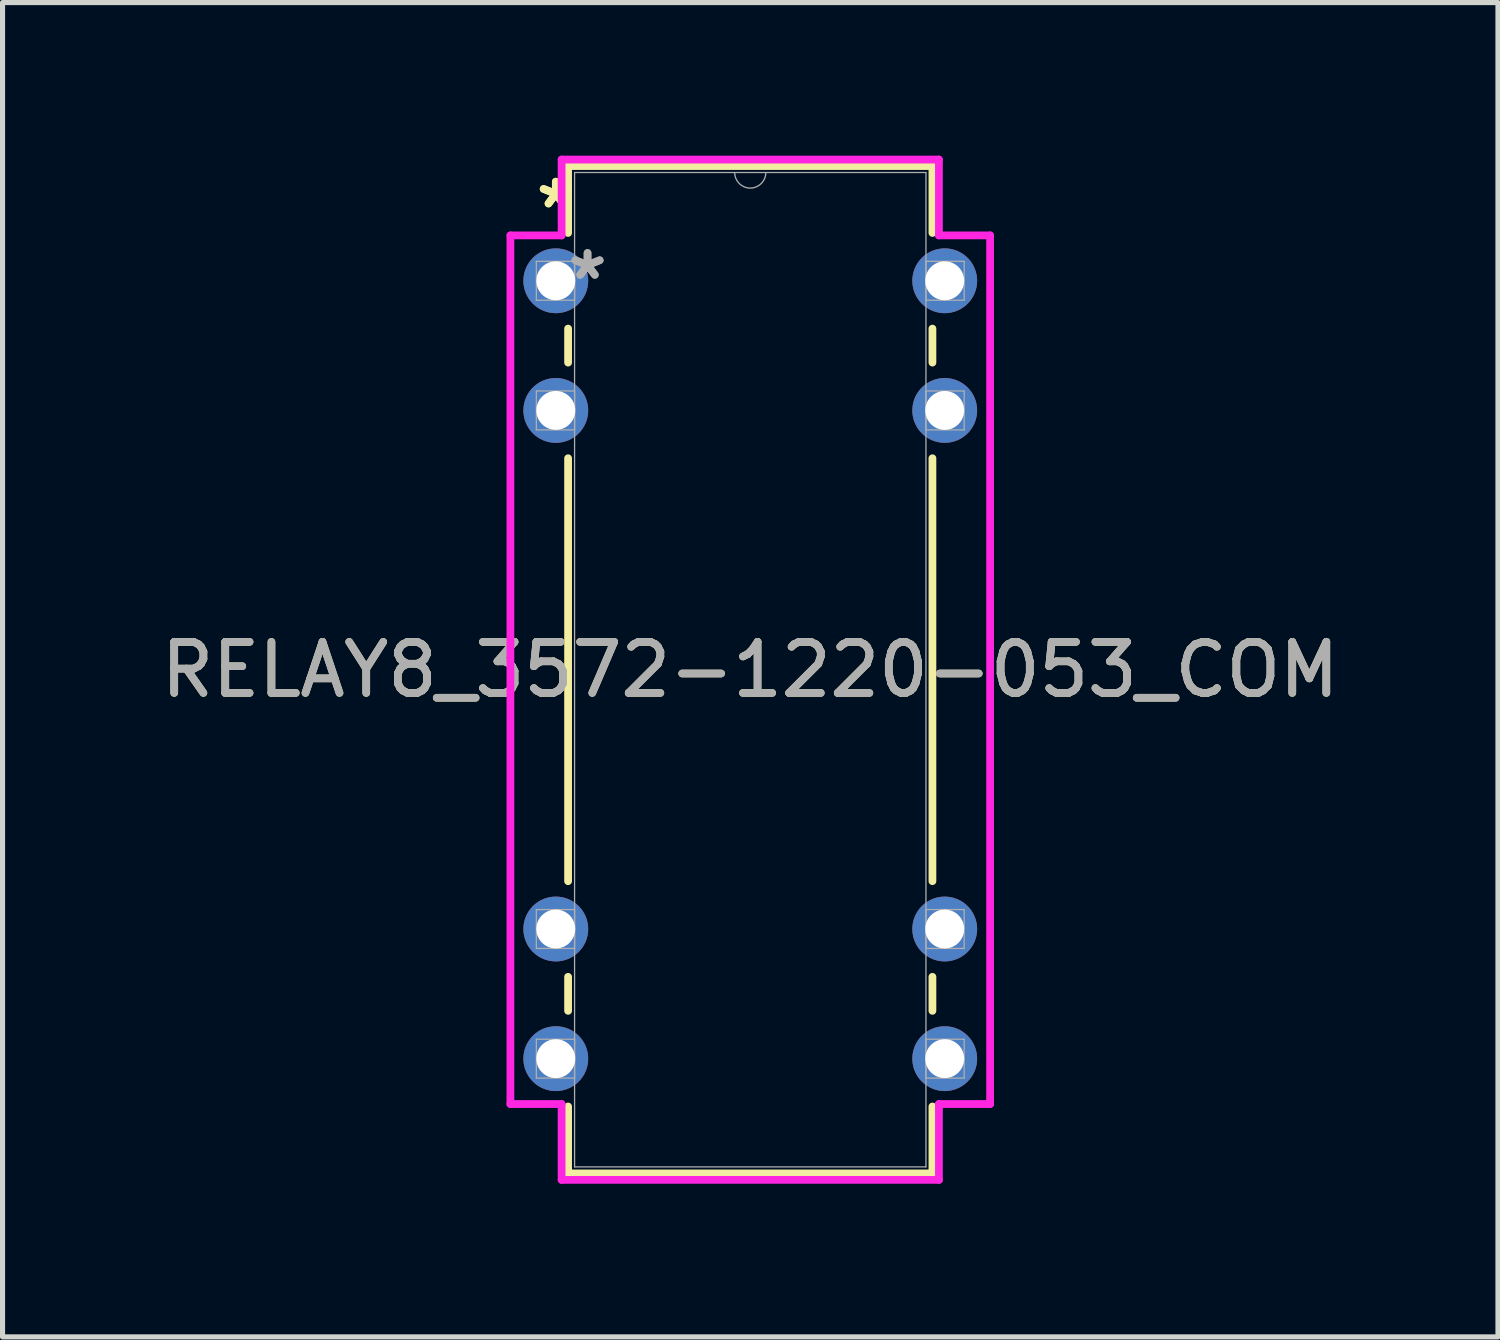
<source format=kicad_pcb>
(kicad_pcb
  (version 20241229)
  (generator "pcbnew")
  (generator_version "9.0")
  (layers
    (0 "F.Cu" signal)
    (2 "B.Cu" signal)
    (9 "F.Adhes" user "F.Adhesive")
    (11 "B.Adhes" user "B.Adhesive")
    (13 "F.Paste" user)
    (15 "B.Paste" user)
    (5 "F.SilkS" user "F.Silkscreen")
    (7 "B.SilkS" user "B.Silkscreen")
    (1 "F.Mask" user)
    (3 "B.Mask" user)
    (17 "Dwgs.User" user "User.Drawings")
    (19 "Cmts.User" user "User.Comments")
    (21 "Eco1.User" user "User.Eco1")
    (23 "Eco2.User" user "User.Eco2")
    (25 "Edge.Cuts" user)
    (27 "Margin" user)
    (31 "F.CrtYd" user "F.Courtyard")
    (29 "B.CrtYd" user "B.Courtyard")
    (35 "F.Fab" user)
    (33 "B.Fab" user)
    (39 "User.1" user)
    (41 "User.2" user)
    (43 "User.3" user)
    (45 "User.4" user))
  (footprint "RELAY8_3572-1220-053_COM"
    (layer "F.Cu")
    (at 7.839 2.451)
    (property "Reference" "RELAY8_3572-1220-053_COM" (at 3.81 7.62 0) (unlocked yes) (layer "F.SilkS") (effects (font (size 1 1) (thickness 0.15))))
    (attr through_hole)
    (fp_line (start 0.241 -2.248) (end 0.241 -0.937) (stroke (width 0.152) (type solid)) (layer "F.SilkS"))
    (fp_line (start 0.241 0.937) (end 0.241 1.603) (stroke (width 0.152) (type solid)) (layer "F.SilkS"))
    (fp_line (start 0.241 3.477) (end 0.241 11.763) (stroke (width 0.152) (type solid)) (layer "F.SilkS"))
    (fp_line (start 0.241 13.637) (end 0.241 14.303) (stroke (width 0.152) (type solid)) (layer "F.SilkS"))
    (fp_line (start 0.241 16.177) (end 0.241 17.488) (stroke (width 0.152) (type solid)) (layer "F.SilkS"))
    (fp_line (start 0.241 17.488) (end 7.379 17.488) (stroke (width 0.152) (type solid)) (layer "F.SilkS"))
    (fp_line (start 7.379 -2.248) (end 0.241 -2.248) (stroke (width 0.152) (type solid)) (layer "F.SilkS"))
    (fp_line (start 7.379 -0.937) (end 7.379 -2.248) (stroke (width 0.152) (type solid)) (layer "F.SilkS"))
    (fp_line (start 7.379 1.603) (end 7.379 0.937) (stroke (width 0.152) (type solid)) (layer "F.SilkS"))
    (fp_line (start 7.379 11.763) (end 7.379 3.477) (stroke (width 0.152) (type solid)) (layer "F.SilkS"))
    (fp_line (start 7.379 14.303) (end 7.379 13.637) (stroke (width 0.152) (type solid)) (layer "F.SilkS"))
    (fp_line (start 7.379 17.488) (end 7.379 16.177) (stroke (width 0.152) (type solid)) (layer "F.SilkS"))
    (fp_line (start -0.889 -0.889) (end 0.114 -0.889) (stroke (width 0.152) (type solid)) (layer "F.CrtYd"))
    (fp_line (start -0.889 16.129) (end -0.889 -0.889) (stroke (width 0.152) (type solid)) (layer "F.CrtYd"))
    (fp_line (start 0.114 -2.375) (end 7.506 -2.375) (stroke (width 0.152) (type solid)) (layer "F.CrtYd"))
    (fp_line (start 0.114 -0.889) (end 0.114 -2.375) (stroke (width 0.152) (type solid)) (layer "F.CrtYd"))
    (fp_line (start 0.114 16.129) (end -0.889 16.129) (stroke (width 0.152) (type solid)) (layer "F.CrtYd"))
    (fp_line (start 0.114 17.615) (end 0.114 16.129) (stroke (width 0.152) (type solid)) (layer "F.CrtYd"))
    (fp_line (start 7.506 -2.375) (end 7.506 -0.889) (stroke (width 0.152) (type solid)) (layer "F.CrtYd"))
    (fp_line (start 7.506 16.129) (end 7.506 17.615) (stroke (width 0.152) (type solid)) (layer "F.CrtYd"))
    (fp_line (start 7.506 17.615) (end 0.114 17.615) (stroke (width 0.152) (type solid)) (layer "F.CrtYd"))
    (fp_line (start 8.509 -0.889) (end 7.506 -0.889) (stroke (width 0.152) (type solid)) (layer "F.CrtYd"))
    (fp_line (start 8.509 -0.889) (end 8.509 16.129) (stroke (width 0.152) (type solid)) (layer "F.CrtYd"))
    (fp_line (start 8.509 16.129) (end 7.506 16.129) (stroke (width 0.152) (type solid)) (layer "F.CrtYd"))
    (fp_line (start -0.381 -0.381) (end -0.381 0.381) (stroke (width 0.025) (type solid)) (layer "F.Fab"))
    (fp_line (start -0.381 0.381) (end 0.368 0.381) (stroke (width 0.025) (type solid)) (layer "F.Fab"))
    (fp_line (start -0.381 2.159) (end -0.381 2.921) (stroke (width 0.025) (type solid)) (layer "F.Fab"))
    (fp_line (start -0.381 2.921) (end 0.368 2.921) (stroke (width 0.025) (type solid)) (layer "F.Fab"))
    (fp_line (start -0.381 12.319) (end -0.381 13.081) (stroke (width 0.025) (type solid)) (layer "F.Fab"))
    (fp_line (start -0.381 13.081) (end 0.368 13.081) (stroke (width 0.025) (type solid)) (layer "F.Fab"))
    (fp_line (start -0.381 14.859) (end -0.381 15.621) (stroke (width 0.025) (type solid)) (layer "F.Fab"))
    (fp_line (start -0.381 15.621) (end 0.368 15.621) (stroke (width 0.025) (type solid)) (layer "F.Fab"))
    (fp_line (start 0.368 -2.121) (end 0.368 17.361) (stroke (width 0.025) (type solid)) (layer "F.Fab"))
    (fp_line (start 0.368 -0.381) (end -0.381 -0.381) (stroke (width 0.025) (type solid)) (layer "F.Fab"))
    (fp_line (start 0.368 0.381) (end 0.368 -0.381) (stroke (width 0.025) (type solid)) (layer "F.Fab"))
    (fp_line (start 0.368 2.159) (end -0.381 2.159) (stroke (width 0.025) (type solid)) (layer "F.Fab"))
    (fp_line (start 0.368 2.921) (end 0.368 2.159) (stroke (width 0.025) (type solid)) (layer "F.Fab"))
    (fp_line (start 0.368 12.319) (end -0.381 12.319) (stroke (width 0.025) (type solid)) (layer "F.Fab"))
    (fp_line (start 0.368 13.081) (end 0.368 12.319) (stroke (width 0.025) (type solid)) (layer "F.Fab"))
    (fp_line (start 0.368 14.859) (end -0.381 14.859) (stroke (width 0.025) (type solid)) (layer "F.Fab"))
    (fp_line (start 0.368 15.621) (end 0.368 14.859) (stroke (width 0.025) (type solid)) (layer "F.Fab"))
    (fp_line (start 0.368 17.361) (end 7.252 17.361) (stroke (width 0.025) (type solid)) (layer "F.Fab"))
    (fp_line (start 7.252 -2.121) (end 0.368 -2.121) (stroke (width 0.025) (type solid)) (layer "F.Fab"))
    (fp_line (start 7.252 -0.381) (end 7.252 0.381) (stroke (width 0.025) (type solid)) (layer "F.Fab"))
    (fp_line (start 7.252 0.381) (end 8.001 0.381) (stroke (width 0.025) (type solid)) (layer "F.Fab"))
    (fp_line (start 7.252 2.159) (end 7.252 2.921) (stroke (width 0.025) (type solid)) (layer "F.Fab"))
    (fp_line (start 7.252 2.921) (end 8.001 2.921) (stroke (width 0.025) (type solid)) (layer "F.Fab"))
    (fp_line (start 7.252 12.319) (end 7.252 13.081) (stroke (width 0.025) (type solid)) (layer "F.Fab"))
    (fp_line (start 7.252 13.081) (end 8.001 13.081) (stroke (width 0.025) (type solid)) (layer "F.Fab"))
    (fp_line (start 7.252 14.859) (end 7.252 15.621) (stroke (width 0.025) (type solid)) (layer "F.Fab"))
    (fp_line (start 7.252 15.621) (end 8.001 15.621) (stroke (width 0.025) (type solid)) (layer "F.Fab"))
    (fp_line (start 7.252 17.361) (end 7.252 -2.121) (stroke (width 0.025) (type solid)) (layer "F.Fab"))
    (fp_line (start 8.001 -0.381) (end 7.252 -0.381) (stroke (width 0.025) (type solid)) (layer "F.Fab"))
    (fp_line (start 8.001 0.381) (end 8.001 -0.381) (stroke (width 0.025) (type solid)) (layer "F.Fab"))
    (fp_line (start 8.001 2.159) (end 7.252 2.159) (stroke (width 0.025) (type solid)) (layer "F.Fab"))
    (fp_line (start 8.001 2.921) (end 8.001 2.159) (stroke (width 0.025) (type solid)) (layer "F.Fab"))
    (fp_line (start 8.001 12.319) (end 7.252 12.319) (stroke (width 0.025) (type solid)) (layer "F.Fab"))
    (fp_line (start 8.001 13.081) (end 8.001 12.319) (stroke (width 0.025) (type solid)) (layer "F.Fab"))
    (fp_line (start 8.001 14.859) (end 7.252 14.859) (stroke (width 0.025) (type solid)) (layer "F.Fab"))
    (fp_line (start 8.001 15.621) (end 8.001 14.859) (stroke (width 0.025) (type solid)) (layer "F.Fab"))
    (fp_arc (start 4.1148 -2.1209) (mid 3.81 -1.8161) (end 3.5052 -2.1209) (stroke (width 0.0254) (type solid)) (layer "F.Fab"))
    (fp_text user "*" (at 0 -1.397 0) (unlocked yes) (layer "F.SilkS") (effects (font (size 1 1) (thickness 0.15))))
    (fp_text user "*" (at 0 -1.397 0) (layer "F.SilkS") (effects (font (size 1 1) (thickness 0.15))))
    (fp_text user "*" (at 0.622 0 0) (layer "F.Fab") (effects (font (size 1 1) (thickness 0.15))))
    (fp_text user "*" (at 0.622 0 0) (unlocked yes) (layer "F.Fab") (effects (font (size 1 1) (thickness 0.15))))
    (fp_text user "${REFERENCE}" (at 3.81 7.62 0) (unlocked yes) (layer "F.Fab") (effects (font (size 1 1) (thickness 0.15))))
    (pad "1" thru_hole circle (at 0 0) (size 1.27 1.27) (drill 0.762) (layers "*.Cu" "*.Mask"))
    (pad "2" thru_hole circle (at 0 2.54) (size 1.27 1.27) (drill 0.762) (layers "*.Cu" "*.Mask"))
    (pad "6" thru_hole circle (at 0 12.7) (size 1.27 1.27) (drill 0.762) (layers "*.Cu" "*.Mask"))
    (pad "7" thru_hole circle (at 0 15.24) (size 1.27 1.27) (drill 0.762) (layers "*.Cu" "*.Mask"))
    (pad "8" thru_hole circle (at 7.62 15.24) (size 1.27 1.27) (drill 0.762) (layers "*.Cu" "*.Mask"))
    (pad "9" thru_hole circle (at 7.62 12.7) (size 1.27 1.27) (drill 0.762) (layers "*.Cu" "*.Mask"))
    (pad "13" thru_hole circle (at 7.62 2.54) (size 1.27 1.27) (drill 0.762) (layers "*.Cu" "*.Mask"))
    (pad "14" thru_hole circle (at 7.62 0) (size 1.27 1.27) (drill 0.762) (layers "*.Cu" "*.Mask")))
  (gr_rect
    (start -3 -3)
    (end 26.298 23.142)
    (stroke (width 0.1) (type default))
    (fill no)
    (layer "Edge.Cuts")))
</source>
